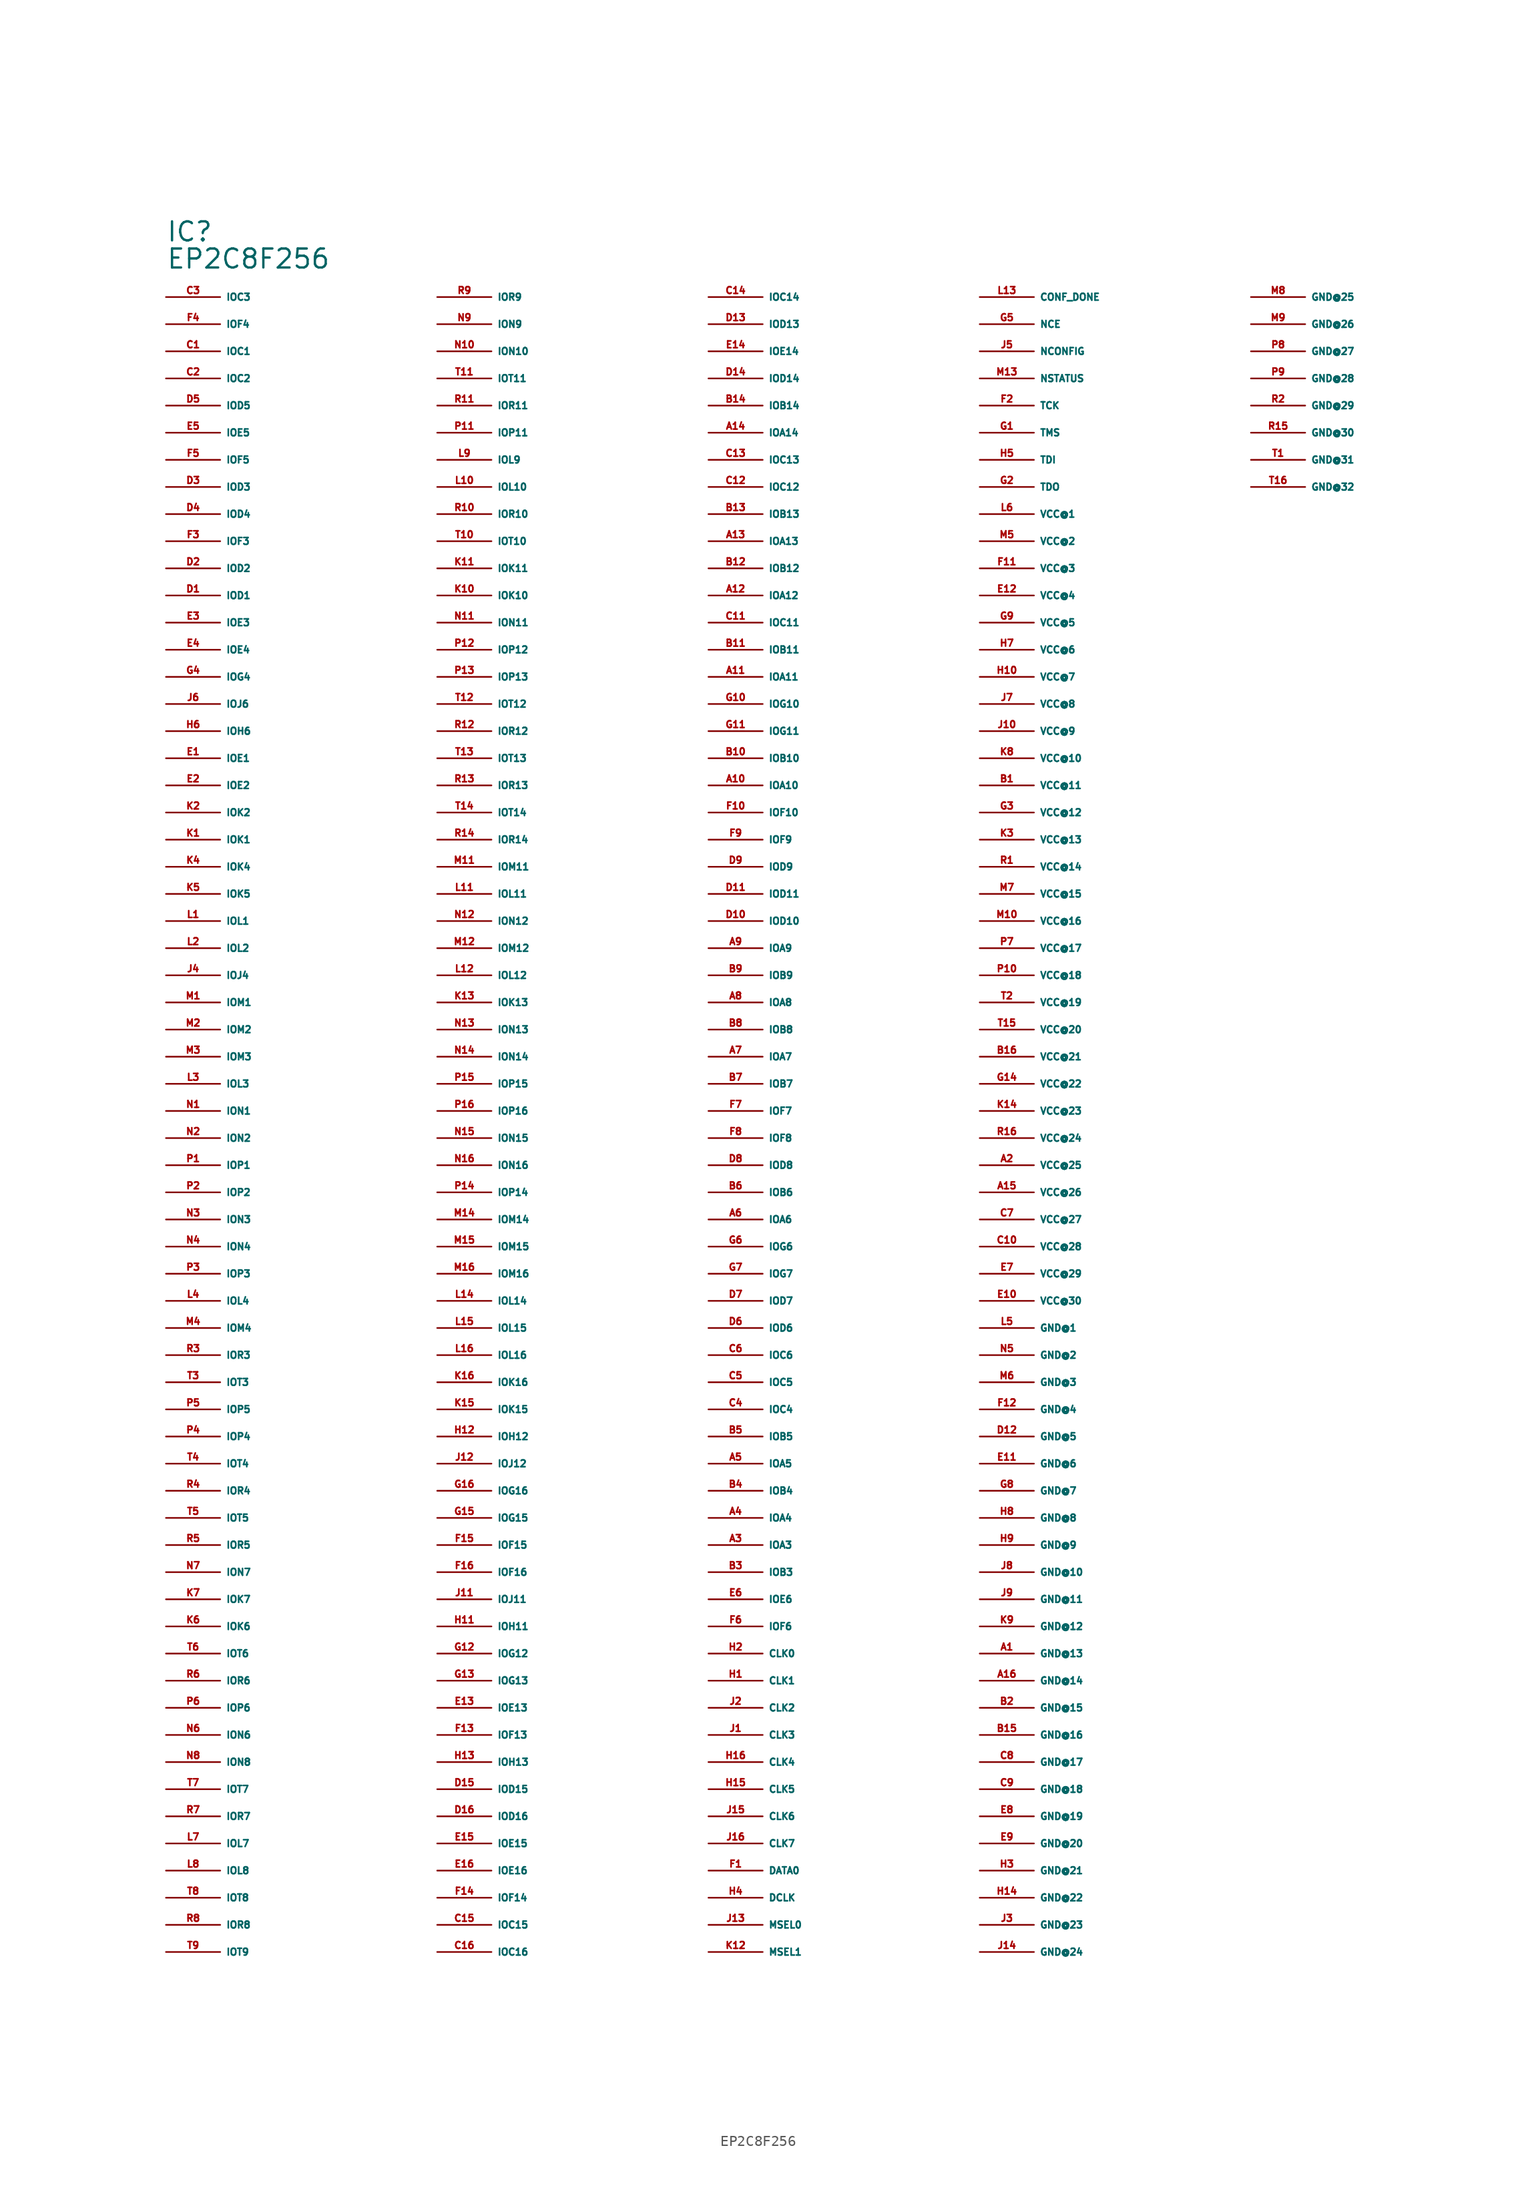
<source format=kicad_sym>
(kicad_symbol_lib
  (version 20220914)
  (generator Eagle2Kicad)
  (symbol "EP2C8F256"
    (property "Reference" "IC"
      (at -55.88 86.36 0)
      (effects (font (size 1.778 1.778) (thickness 0.22)) (justify left bottom)))
    (property "Value" "EP2C8F256"
      (at -55.88 83.82 0)
      (effects (font (size 1.778 1.778) (thickness 0.22)) (justify left bottom)))
    (pin output line
      (at -55.88 81.28 0)
      (length 5.08)
      (name "IOC3" (effects (font (size 0.635 0.635) (thickness 0.08)) (justify left bottom)))
      (number "C3" (effects (font (size 0.635 0.635) (thickness 0.08)) (justify left bottom))))
    (pin output line
      (at -55.88 78.74 0)
      (length 5.08)
      (name "IOF4" (effects (font (size 0.635 0.635) (thickness 0.08)) (justify left bottom)))
      (number "F4" (effects (font (size 0.635 0.635) (thickness 0.08)) (justify left bottom))))
    (pin bidirectional line
      (at -55.88 76.2 0)
      (length 5.08)
      (name "IOC1" (effects (font (size 0.635 0.635) (thickness 0.08)) (justify left bottom)))
      (number "C1" (effects (font (size 0.635 0.635) (thickness 0.08)) (justify left bottom))))
    (pin bidirectional line
      (at -55.88 73.66 0)
      (length 5.08)
      (name "IOC2" (effects (font (size 0.635 0.635) (thickness 0.08)) (justify left bottom)))
      (number "C2" (effects (font (size 0.635 0.635) (thickness 0.08)) (justify left bottom))))
    (pin bidirectional line
      (at -55.88 71.12 0)
      (length 5.08)
      (name "IOD5" (effects (font (size 0.635 0.635) (thickness 0.08)) (justify left bottom)))
      (number "D5" (effects (font (size 0.635 0.635) (thickness 0.08)) (justify left bottom))))
    (pin bidirectional line
      (at -55.88 68.58 0)
      (length 5.08)
      (name "IOE5" (effects (font (size 0.635 0.635) (thickness 0.08)) (justify left bottom)))
      (number "E5" (effects (font (size 0.635 0.635) (thickness 0.08)) (justify left bottom))))
    (pin bidirectional line
      (at -55.88 66.04 0)
      (length 5.08)
      (name "IOF5" (effects (font (size 0.635 0.635) (thickness 0.08)) (justify left bottom)))
      (number "F5" (effects (font (size 0.635 0.635) (thickness 0.08)) (justify left bottom))))
    (pin bidirectional line
      (at -55.88 63.5 0)
      (length 5.08)
      (name "IOD3" (effects (font (size 0.635 0.635) (thickness 0.08)) (justify left bottom)))
      (number "D3" (effects (font (size 0.635 0.635) (thickness 0.08)) (justify left bottom))))
    (pin bidirectional line
      (at -55.88 60.96 0)
      (length 5.08)
      (name "IOD4" (effects (font (size 0.635 0.635) (thickness 0.08)) (justify left bottom)))
      (number "D4" (effects (font (size 0.635 0.635) (thickness 0.08)) (justify left bottom))))
    (pin bidirectional line
      (at -55.88 58.42 0)
      (length 5.08)
      (name "IOF3" (effects (font (size 0.635 0.635) (thickness 0.08)) (justify left bottom)))
      (number "F3" (effects (font (size 0.635 0.635) (thickness 0.08)) (justify left bottom))))
    (pin bidirectional line
      (at -55.88 55.88 0)
      (length 5.08)
      (name "IOD2" (effects (font (size 0.635 0.635) (thickness 0.08)) (justify left bottom)))
      (number "D2" (effects (font (size 0.635 0.635) (thickness 0.08)) (justify left bottom))))
    (pin bidirectional line
      (at -55.88 53.34 0)
      (length 5.08)
      (name "IOD1" (effects (font (size 0.635 0.635) (thickness 0.08)) (justify left bottom)))
      (number "D1" (effects (font (size 0.635 0.635) (thickness 0.08)) (justify left bottom))))
    (pin bidirectional line
      (at -55.88 50.8 0)
      (length 5.08)
      (name "IOE3" (effects (font (size 0.635 0.635) (thickness 0.08)) (justify left bottom)))
      (number "E3" (effects (font (size 0.635 0.635) (thickness 0.08)) (justify left bottom))))
    (pin bidirectional line
      (at -55.88 48.26 0)
      (length 5.08)
      (name "IOE4" (effects (font (size 0.635 0.635) (thickness 0.08)) (justify left bottom)))
      (number "E4" (effects (font (size 0.635 0.635) (thickness 0.08)) (justify left bottom))))
    (pin bidirectional line
      (at -55.88 45.72 0)
      (length 5.08)
      (name "IOG4" (effects (font (size 0.635 0.635) (thickness 0.08)) (justify left bottom)))
      (number "G4" (effects (font (size 0.635 0.635) (thickness 0.08)) (justify left bottom))))
    (pin bidirectional line
      (at -55.88 43.18 0)
      (length 5.08)
      (name "IOJ6" (effects (font (size 0.635 0.635) (thickness 0.08)) (justify left bottom)))
      (number "J6" (effects (font (size 0.635 0.635) (thickness 0.08)) (justify left bottom))))
    (pin bidirectional line
      (at -55.88 40.64 0)
      (length 5.08)
      (name "IOH6" (effects (font (size 0.635 0.635) (thickness 0.08)) (justify left bottom)))
      (number "H6" (effects (font (size 0.635 0.635) (thickness 0.08)) (justify left bottom))))
    (pin bidirectional line
      (at -55.88 38.1 0)
      (length 5.08)
      (name "IOE1" (effects (font (size 0.635 0.635) (thickness 0.08)) (justify left bottom)))
      (number "E1" (effects (font (size 0.635 0.635) (thickness 0.08)) (justify left bottom))))
    (pin bidirectional line
      (at -55.88 35.56 0)
      (length 5.08)
      (name "IOE2" (effects (font (size 0.635 0.635) (thickness 0.08)) (justify left bottom)))
      (number "E2" (effects (font (size 0.635 0.635) (thickness 0.08)) (justify left bottom))))
    (pin bidirectional line
      (at -55.88 33.02 0)
      (length 5.08)
      (name "IOK2" (effects (font (size 0.635 0.635) (thickness 0.08)) (justify left bottom)))
      (number "K2" (effects (font (size 0.635 0.635) (thickness 0.08)) (justify left bottom))))
    (pin bidirectional line
      (at -55.88 30.48 0)
      (length 5.08)
      (name "IOK1" (effects (font (size 0.635 0.635) (thickness 0.08)) (justify left bottom)))
      (number "K1" (effects (font (size 0.635 0.635) (thickness 0.08)) (justify left bottom))))
    (pin bidirectional line
      (at -55.88 27.94 0)
      (length 5.08)
      (name "IOK4" (effects (font (size 0.635 0.635) (thickness 0.08)) (justify left bottom)))
      (number "K4" (effects (font (size 0.635 0.635) (thickness 0.08)) (justify left bottom))))
    (pin bidirectional line
      (at -55.88 25.4 0)
      (length 5.08)
      (name "IOK5" (effects (font (size 0.635 0.635) (thickness 0.08)) (justify left bottom)))
      (number "K5" (effects (font (size 0.635 0.635) (thickness 0.08)) (justify left bottom))))
    (pin bidirectional line
      (at -55.88 22.86 0)
      (length 5.08)
      (name "IOL1" (effects (font (size 0.635 0.635) (thickness 0.08)) (justify left bottom)))
      (number "L1" (effects (font (size 0.635 0.635) (thickness 0.08)) (justify left bottom))))
    (pin bidirectional line
      (at -55.88 20.32 0)
      (length 5.08)
      (name "IOL2" (effects (font (size 0.635 0.635) (thickness 0.08)) (justify left bottom)))
      (number "L2" (effects (font (size 0.635 0.635) (thickness 0.08)) (justify left bottom))))
    (pin bidirectional line
      (at -55.88 17.78 0)
      (length 5.08)
      (name "IOJ4" (effects (font (size 0.635 0.635) (thickness 0.08)) (justify left bottom)))
      (number "J4" (effects (font (size 0.635 0.635) (thickness 0.08)) (justify left bottom))))
    (pin bidirectional line
      (at -55.88 15.24 0)
      (length 5.08)
      (name "IOM1" (effects (font (size 0.635 0.635) (thickness 0.08)) (justify left bottom)))
      (number "M1" (effects (font (size 0.635 0.635) (thickness 0.08)) (justify left bottom))))
    (pin bidirectional line
      (at -55.88 12.7 0)
      (length 5.08)
      (name "IOM2" (effects (font (size 0.635 0.635) (thickness 0.08)) (justify left bottom)))
      (number "M2" (effects (font (size 0.635 0.635) (thickness 0.08)) (justify left bottom))))
    (pin bidirectional line
      (at -55.88 10.16 0)
      (length 5.08)
      (name "IOM3" (effects (font (size 0.635 0.635) (thickness 0.08)) (justify left bottom)))
      (number "M3" (effects (font (size 0.635 0.635) (thickness 0.08)) (justify left bottom))))
    (pin bidirectional line
      (at -55.88 7.62 0)
      (length 5.08)
      (name "IOL3" (effects (font (size 0.635 0.635) (thickness 0.08)) (justify left bottom)))
      (number "L3" (effects (font (size 0.635 0.635) (thickness 0.08)) (justify left bottom))))
    (pin bidirectional line
      (at -55.88 5.08 0)
      (length 5.08)
      (name "ION1" (effects (font (size 0.635 0.635) (thickness 0.08)) (justify left bottom)))
      (number "N1" (effects (font (size 0.635 0.635) (thickness 0.08)) (justify left bottom))))
    (pin bidirectional line
      (at -55.88 2.54 0)
      (length 5.08)
      (name "ION2" (effects (font (size 0.635 0.635) (thickness 0.08)) (justify left bottom)))
      (number "N2" (effects (font (size 0.635 0.635) (thickness 0.08)) (justify left bottom))))
    (pin bidirectional line
      (at -55.88 0 0)
      (length 5.08)
      (name "IOP1" (effects (font (size 0.635 0.635) (thickness 0.08)) (justify left bottom)))
      (number "P1" (effects (font (size 0.635 0.635) (thickness 0.08)) (justify left bottom))))
    (pin bidirectional line
      (at -55.88 -2.54 0)
      (length 5.08)
      (name "IOP2" (effects (font (size 0.635 0.635) (thickness 0.08)) (justify left bottom)))
      (number "P2" (effects (font (size 0.635 0.635) (thickness 0.08)) (justify left bottom))))
    (pin bidirectional line
      (at -55.88 -5.08 0)
      (length 5.08)
      (name "ION3" (effects (font (size 0.635 0.635) (thickness 0.08)) (justify left bottom)))
      (number "N3" (effects (font (size 0.635 0.635) (thickness 0.08)) (justify left bottom))))
    (pin bidirectional line
      (at -55.88 -7.62 0)
      (length 5.08)
      (name "ION4" (effects (font (size 0.635 0.635) (thickness 0.08)) (justify left bottom)))
      (number "N4" (effects (font (size 0.635 0.635) (thickness 0.08)) (justify left bottom))))
    (pin bidirectional line
      (at -55.88 -10.16 0)
      (length 5.08)
      (name "IOP3" (effects (font (size 0.635 0.635) (thickness 0.08)) (justify left bottom)))
      (number "P3" (effects (font (size 0.635 0.635) (thickness 0.08)) (justify left bottom))))
    (pin bidirectional line
      (at -55.88 -12.7 0)
      (length 5.08)
      (name "IOL4" (effects (font (size 0.635 0.635) (thickness 0.08)) (justify left bottom)))
      (number "L4" (effects (font (size 0.635 0.635) (thickness 0.08)) (justify left bottom))))
    (pin bidirectional line
      (at -55.88 -15.24 0)
      (length 5.08)
      (name "IOM4" (effects (font (size 0.635 0.635) (thickness 0.08)) (justify left bottom)))
      (number "M4" (effects (font (size 0.635 0.635) (thickness 0.08)) (justify left bottom))))
    (pin bidirectional line
      (at -55.88 -17.78 0)
      (length 5.08)
      (name "IOR3" (effects (font (size 0.635 0.635) (thickness 0.08)) (justify left bottom)))
      (number "R3" (effects (font (size 0.635 0.635) (thickness 0.08)) (justify left bottom))))
    (pin bidirectional line
      (at -55.88 -20.32 0)
      (length 5.08)
      (name "IOT3" (effects (font (size 0.635 0.635) (thickness 0.08)) (justify left bottom)))
      (number "T3" (effects (font (size 0.635 0.635) (thickness 0.08)) (justify left bottom))))
    (pin bidirectional line
      (at -55.88 -22.86 0)
      (length 5.08)
      (name "IOP5" (effects (font (size 0.635 0.635) (thickness 0.08)) (justify left bottom)))
      (number "P5" (effects (font (size 0.635 0.635) (thickness 0.08)) (justify left bottom))))
    (pin bidirectional line
      (at -55.88 -25.4 0)
      (length 5.08)
      (name "IOP4" (effects (font (size 0.635 0.635) (thickness 0.08)) (justify left bottom)))
      (number "P4" (effects (font (size 0.635 0.635) (thickness 0.08)) (justify left bottom))))
    (pin bidirectional line
      (at -55.88 -27.94 0)
      (length 5.08)
      (name "IOT4" (effects (font (size 0.635 0.635) (thickness 0.08)) (justify left bottom)))
      (number "T4" (effects (font (size 0.635 0.635) (thickness 0.08)) (justify left bottom))))
    (pin bidirectional line
      (at -55.88 -30.48 0)
      (length 5.08)
      (name "IOR4" (effects (font (size 0.635 0.635) (thickness 0.08)) (justify left bottom)))
      (number "R4" (effects (font (size 0.635 0.635) (thickness 0.08)) (justify left bottom))))
    (pin bidirectional line
      (at -55.88 -33.02 0)
      (length 5.08)
      (name "IOT5" (effects (font (size 0.635 0.635) (thickness 0.08)) (justify left bottom)))
      (number "T5" (effects (font (size 0.635 0.635) (thickness 0.08)) (justify left bottom))))
    (pin bidirectional line
      (at -55.88 -35.56 0)
      (length 5.08)
      (name "IOR5" (effects (font (size 0.635 0.635) (thickness 0.08)) (justify left bottom)))
      (number "R5" (effects (font (size 0.635 0.635) (thickness 0.08)) (justify left bottom))))
    (pin bidirectional line
      (at -55.88 -38.1 0)
      (length 5.08)
      (name "ION7" (effects (font (size 0.635 0.635) (thickness 0.08)) (justify left bottom)))
      (number "N7" (effects (font (size 0.635 0.635) (thickness 0.08)) (justify left bottom))))
    (pin bidirectional line
      (at -55.88 -40.64 0)
      (length 5.08)
      (name "IOK7" (effects (font (size 0.635 0.635) (thickness 0.08)) (justify left bottom)))
      (number "K7" (effects (font (size 0.635 0.635) (thickness 0.08)) (justify left bottom))))
    (pin bidirectional line
      (at -55.88 -43.18 0)
      (length 5.08)
      (name "IOK6" (effects (font (size 0.635 0.635) (thickness 0.08)) (justify left bottom)))
      (number "K6" (effects (font (size 0.635 0.635) (thickness 0.08)) (justify left bottom))))
    (pin bidirectional line
      (at -55.88 -45.72 0)
      (length 5.08)
      (name "IOT6" (effects (font (size 0.635 0.635) (thickness 0.08)) (justify left bottom)))
      (number "T6" (effects (font (size 0.635 0.635) (thickness 0.08)) (justify left bottom))))
    (pin bidirectional line
      (at -55.88 -48.26 0)
      (length 5.08)
      (name "IOR6" (effects (font (size 0.635 0.635) (thickness 0.08)) (justify left bottom)))
      (number "R6" (effects (font (size 0.635 0.635) (thickness 0.08)) (justify left bottom))))
    (pin bidirectional line
      (at -55.88 -50.8 0)
      (length 5.08)
      (name "IOP6" (effects (font (size 0.635 0.635) (thickness 0.08)) (justify left bottom)))
      (number "P6" (effects (font (size 0.635 0.635) (thickness 0.08)) (justify left bottom))))
    (pin bidirectional line
      (at -55.88 -53.34 0)
      (length 5.08)
      (name "ION6" (effects (font (size 0.635 0.635) (thickness 0.08)) (justify left bottom)))
      (number "N6" (effects (font (size 0.635 0.635) (thickness 0.08)) (justify left bottom))))
    (pin bidirectional line
      (at -55.88 -55.88 0)
      (length 5.08)
      (name "ION8" (effects (font (size 0.635 0.635) (thickness 0.08)) (justify left bottom)))
      (number "N8" (effects (font (size 0.635 0.635) (thickness 0.08)) (justify left bottom))))
    (pin bidirectional line
      (at -55.88 -58.42 0)
      (length 5.08)
      (name "IOT7" (effects (font (size 0.635 0.635) (thickness 0.08)) (justify left bottom)))
      (number "T7" (effects (font (size 0.635 0.635) (thickness 0.08)) (justify left bottom))))
    (pin bidirectional line
      (at -55.88 -60.96 0)
      (length 5.08)
      (name "IOR7" (effects (font (size 0.635 0.635) (thickness 0.08)) (justify left bottom)))
      (number "R7" (effects (font (size 0.635 0.635) (thickness 0.08)) (justify left bottom))))
    (pin bidirectional line
      (at -55.88 -63.5 0)
      (length 5.08)
      (name "IOL7" (effects (font (size 0.635 0.635) (thickness 0.08)) (justify left bottom)))
      (number "L7" (effects (font (size 0.635 0.635) (thickness 0.08)) (justify left bottom))))
    (pin bidirectional line
      (at -55.88 -66.04 0)
      (length 5.08)
      (name "IOL8" (effects (font (size 0.635 0.635) (thickness 0.08)) (justify left bottom)))
      (number "L8" (effects (font (size 0.635 0.635) (thickness 0.08)) (justify left bottom))))
    (pin bidirectional line
      (at -55.88 -68.58 0)
      (length 5.08)
      (name "IOT8" (effects (font (size 0.635 0.635) (thickness 0.08)) (justify left bottom)))
      (number "T8" (effects (font (size 0.635 0.635) (thickness 0.08)) (justify left bottom))))
    (pin bidirectional line
      (at -55.88 -71.12 0)
      (length 5.08)
      (name "IOR8" (effects (font (size 0.635 0.635) (thickness 0.08)) (justify left bottom)))
      (number "R8" (effects (font (size 0.635 0.635) (thickness 0.08)) (justify left bottom))))
    (pin bidirectional line
      (at -55.88 -73.66 0)
      (length 5.08)
      (name "IOT9" (effects (font (size 0.635 0.635) (thickness 0.08)) (justify left bottom)))
      (number "T9" (effects (font (size 0.635 0.635) (thickness 0.08)) (justify left bottom))))
    (pin bidirectional line
      (at -30.48 81.28 0)
      (length 5.08)
      (name "IOR9" (effects (font (size 0.635 0.635) (thickness 0.08)) (justify left bottom)))
      (number "R9" (effects (font (size 0.635 0.635) (thickness 0.08)) (justify left bottom))))
    (pin bidirectional line
      (at -30.48 78.74 0)
      (length 5.08)
      (name "ION9" (effects (font (size 0.635 0.635) (thickness 0.08)) (justify left bottom)))
      (number "N9" (effects (font (size 0.635 0.635) (thickness 0.08)) (justify left bottom))))
    (pin bidirectional line
      (at -30.48 76.2 0)
      (length 5.08)
      (name "ION10" (effects (font (size 0.635 0.635) (thickness 0.08)) (justify left bottom)))
      (number "N10" (effects (font (size 0.635 0.635) (thickness 0.08)) (justify left bottom))))
    (pin bidirectional line
      (at -30.48 73.66 0)
      (length 5.08)
      (name "IOT11" (effects (font (size 0.635 0.635) (thickness 0.08)) (justify left bottom)))
      (number "T11" (effects (font (size 0.635 0.635) (thickness 0.08)) (justify left bottom))))
    (pin bidirectional line
      (at -30.48 71.12 0)
      (length 5.08)
      (name "IOR11" (effects (font (size 0.635 0.635) (thickness 0.08)) (justify left bottom)))
      (number "R11" (effects (font (size 0.635 0.635) (thickness 0.08)) (justify left bottom))))
    (pin bidirectional line
      (at -30.48 68.58 0)
      (length 5.08)
      (name "IOP11" (effects (font (size 0.635 0.635) (thickness 0.08)) (justify left bottom)))
      (number "P11" (effects (font (size 0.635 0.635) (thickness 0.08)) (justify left bottom))))
    (pin bidirectional line
      (at -30.48 66.04 0)
      (length 5.08)
      (name "IOL9" (effects (font (size 0.635 0.635) (thickness 0.08)) (justify left bottom)))
      (number "L9" (effects (font (size 0.635 0.635) (thickness 0.08)) (justify left bottom))))
    (pin bidirectional line
      (at -30.48 63.5 0)
      (length 5.08)
      (name "IOL10" (effects (font (size 0.635 0.635) (thickness 0.08)) (justify left bottom)))
      (number "L10" (effects (font (size 0.635 0.635) (thickness 0.08)) (justify left bottom))))
    (pin bidirectional line
      (at -30.48 60.96 0)
      (length 5.08)
      (name "IOR10" (effects (font (size 0.635 0.635) (thickness 0.08)) (justify left bottom)))
      (number "R10" (effects (font (size 0.635 0.635) (thickness 0.08)) (justify left bottom))))
    (pin bidirectional line
      (at -30.48 58.42 0)
      (length 5.08)
      (name "IOT10" (effects (font (size 0.635 0.635) (thickness 0.08)) (justify left bottom)))
      (number "T10" (effects (font (size 0.635 0.635) (thickness 0.08)) (justify left bottom))))
    (pin bidirectional line
      (at -30.48 55.88 0)
      (length 5.08)
      (name "IOK11" (effects (font (size 0.635 0.635) (thickness 0.08)) (justify left bottom)))
      (number "K11" (effects (font (size 0.635 0.635) (thickness 0.08)) (justify left bottom))))
    (pin bidirectional line
      (at -30.48 53.34 0)
      (length 5.08)
      (name "IOK10" (effects (font (size 0.635 0.635) (thickness 0.08)) (justify left bottom)))
      (number "K10" (effects (font (size 0.635 0.635) (thickness 0.08)) (justify left bottom))))
    (pin bidirectional line
      (at -30.48 50.8 0)
      (length 5.08)
      (name "ION11" (effects (font (size 0.635 0.635) (thickness 0.08)) (justify left bottom)))
      (number "N11" (effects (font (size 0.635 0.635) (thickness 0.08)) (justify left bottom))))
    (pin bidirectional line
      (at -30.48 48.26 0)
      (length 5.08)
      (name "IOP12" (effects (font (size 0.635 0.635) (thickness 0.08)) (justify left bottom)))
      (number "P12" (effects (font (size 0.635 0.635) (thickness 0.08)) (justify left bottom))))
    (pin bidirectional line
      (at -30.48 45.72 0)
      (length 5.08)
      (name "IOP13" (effects (font (size 0.635 0.635) (thickness 0.08)) (justify left bottom)))
      (number "P13" (effects (font (size 0.635 0.635) (thickness 0.08)) (justify left bottom))))
    (pin bidirectional line
      (at -30.48 43.18 0)
      (length 5.08)
      (name "IOT12" (effects (font (size 0.635 0.635) (thickness 0.08)) (justify left bottom)))
      (number "T12" (effects (font (size 0.635 0.635) (thickness 0.08)) (justify left bottom))))
    (pin bidirectional line
      (at -30.48 40.64 0)
      (length 5.08)
      (name "IOR12" (effects (font (size 0.635 0.635) (thickness 0.08)) (justify left bottom)))
      (number "R12" (effects (font (size 0.635 0.635) (thickness 0.08)) (justify left bottom))))
    (pin bidirectional line
      (at -30.48 38.1 0)
      (length 5.08)
      (name "IOT13" (effects (font (size 0.635 0.635) (thickness 0.08)) (justify left bottom)))
      (number "T13" (effects (font (size 0.635 0.635) (thickness 0.08)) (justify left bottom))))
    (pin bidirectional line
      (at -30.48 35.56 0)
      (length 5.08)
      (name "IOR13" (effects (font (size 0.635 0.635) (thickness 0.08)) (justify left bottom)))
      (number "R13" (effects (font (size 0.635 0.635) (thickness 0.08)) (justify left bottom))))
    (pin bidirectional line
      (at -30.48 33.02 0)
      (length 5.08)
      (name "IOT14" (effects (font (size 0.635 0.635) (thickness 0.08)) (justify left bottom)))
      (number "T14" (effects (font (size 0.635 0.635) (thickness 0.08)) (justify left bottom))))
    (pin bidirectional line
      (at -30.48 30.48 0)
      (length 5.08)
      (name "IOR14" (effects (font (size 0.635 0.635) (thickness 0.08)) (justify left bottom)))
      (number "R14" (effects (font (size 0.635 0.635) (thickness 0.08)) (justify left bottom))))
    (pin bidirectional line
      (at -30.48 27.94 0)
      (length 5.08)
      (name "IOM11" (effects (font (size 0.635 0.635) (thickness 0.08)) (justify left bottom)))
      (number "M11" (effects (font (size 0.635 0.635) (thickness 0.08)) (justify left bottom))))
    (pin bidirectional line
      (at -30.48 25.4 0)
      (length 5.08)
      (name "IOL11" (effects (font (size 0.635 0.635) (thickness 0.08)) (justify left bottom)))
      (number "L11" (effects (font (size 0.635 0.635) (thickness 0.08)) (justify left bottom))))
    (pin bidirectional line
      (at -30.48 22.86 0)
      (length 5.08)
      (name "ION12" (effects (font (size 0.635 0.635) (thickness 0.08)) (justify left bottom)))
      (number "N12" (effects (font (size 0.635 0.635) (thickness 0.08)) (justify left bottom))))
    (pin bidirectional line
      (at -30.48 20.32 0)
      (length 5.08)
      (name "IOM12" (effects (font (size 0.635 0.635) (thickness 0.08)) (justify left bottom)))
      (number "M12" (effects (font (size 0.635 0.635) (thickness 0.08)) (justify left bottom))))
    (pin bidirectional line
      (at -30.48 17.78 0)
      (length 5.08)
      (name "IOL12" (effects (font (size 0.635 0.635) (thickness 0.08)) (justify left bottom)))
      (number "L12" (effects (font (size 0.635 0.635) (thickness 0.08)) (justify left bottom))))
    (pin bidirectional line
      (at -30.48 15.24 0)
      (length 5.08)
      (name "IOK13" (effects (font (size 0.635 0.635) (thickness 0.08)) (justify left bottom)))
      (number "K13" (effects (font (size 0.635 0.635) (thickness 0.08)) (justify left bottom))))
    (pin bidirectional line
      (at -30.48 12.7 0)
      (length 5.08)
      (name "ION13" (effects (font (size 0.635 0.635) (thickness 0.08)) (justify left bottom)))
      (number "N13" (effects (font (size 0.635 0.635) (thickness 0.08)) (justify left bottom))))
    (pin bidirectional line
      (at -30.48 10.16 0)
      (length 5.08)
      (name "ION14" (effects (font (size 0.635 0.635) (thickness 0.08)) (justify left bottom)))
      (number "N14" (effects (font (size 0.635 0.635) (thickness 0.08)) (justify left bottom))))
    (pin bidirectional line
      (at -30.48 7.62 0)
      (length 5.08)
      (name "IOP15" (effects (font (size 0.635 0.635) (thickness 0.08)) (justify left bottom)))
      (number "P15" (effects (font (size 0.635 0.635) (thickness 0.08)) (justify left bottom))))
    (pin bidirectional line
      (at -30.48 5.08 0)
      (length 5.08)
      (name "IOP16" (effects (font (size 0.635 0.635) (thickness 0.08)) (justify left bottom)))
      (number "P16" (effects (font (size 0.635 0.635) (thickness 0.08)) (justify left bottom))))
    (pin bidirectional line
      (at -30.48 2.54 0)
      (length 5.08)
      (name "ION15" (effects (font (size 0.635 0.635) (thickness 0.08)) (justify left bottom)))
      (number "N15" (effects (font (size 0.635 0.635) (thickness 0.08)) (justify left bottom))))
    (pin bidirectional line
      (at -30.48 0 0)
      (length 5.08)
      (name "ION16" (effects (font (size 0.635 0.635) (thickness 0.08)) (justify left bottom)))
      (number "N16" (effects (font (size 0.635 0.635) (thickness 0.08)) (justify left bottom))))
    (pin bidirectional line
      (at -30.48 -2.54 0)
      (length 5.08)
      (name "IOP14" (effects (font (size 0.635 0.635) (thickness 0.08)) (justify left bottom)))
      (number "P14" (effects (font (size 0.635 0.635) (thickness 0.08)) (justify left bottom))))
    (pin bidirectional line
      (at -30.48 -5.08 0)
      (length 5.08)
      (name "IOM14" (effects (font (size 0.635 0.635) (thickness 0.08)) (justify left bottom)))
      (number "M14" (effects (font (size 0.635 0.635) (thickness 0.08)) (justify left bottom))))
    (pin bidirectional line
      (at -30.48 -7.62 0)
      (length 5.08)
      (name "IOM15" (effects (font (size 0.635 0.635) (thickness 0.08)) (justify left bottom)))
      (number "M15" (effects (font (size 0.635 0.635) (thickness 0.08)) (justify left bottom))))
    (pin bidirectional line
      (at -30.48 -10.16 0)
      (length 5.08)
      (name "IOM16" (effects (font (size 0.635 0.635) (thickness 0.08)) (justify left bottom)))
      (number "M16" (effects (font (size 0.635 0.635) (thickness 0.08)) (justify left bottom))))
    (pin bidirectional line
      (at -30.48 -12.7 0)
      (length 5.08)
      (name "IOL14" (effects (font (size 0.635 0.635) (thickness 0.08)) (justify left bottom)))
      (number "L14" (effects (font (size 0.635 0.635) (thickness 0.08)) (justify left bottom))))
    (pin bidirectional line
      (at -30.48 -15.24 0)
      (length 5.08)
      (name "IOL15" (effects (font (size 0.635 0.635) (thickness 0.08)) (justify left bottom)))
      (number "L15" (effects (font (size 0.635 0.635) (thickness 0.08)) (justify left bottom))))
    (pin bidirectional line
      (at -30.48 -17.78 0)
      (length 5.08)
      (name "IOL16" (effects (font (size 0.635 0.635) (thickness 0.08)) (justify left bottom)))
      (number "L16" (effects (font (size 0.635 0.635) (thickness 0.08)) (justify left bottom))))
    (pin bidirectional line
      (at -30.48 -20.32 0)
      (length 5.08)
      (name "IOK16" (effects (font (size 0.635 0.635) (thickness 0.08)) (justify left bottom)))
      (number "K16" (effects (font (size 0.635 0.635) (thickness 0.08)) (justify left bottom))))
    (pin bidirectional line
      (at -30.48 -22.86 0)
      (length 5.08)
      (name "IOK15" (effects (font (size 0.635 0.635) (thickness 0.08)) (justify left bottom)))
      (number "K15" (effects (font (size 0.635 0.635) (thickness 0.08)) (justify left bottom))))
    (pin bidirectional line
      (at -30.48 -25.4 0)
      (length 5.08)
      (name "IOH12" (effects (font (size 0.635 0.635) (thickness 0.08)) (justify left bottom)))
      (number "H12" (effects (font (size 0.635 0.635) (thickness 0.08)) (justify left bottom))))
    (pin bidirectional line
      (at -30.48 -27.94 0)
      (length 5.08)
      (name "IOJ12" (effects (font (size 0.635 0.635) (thickness 0.08)) (justify left bottom)))
      (number "J12" (effects (font (size 0.635 0.635) (thickness 0.08)) (justify left bottom))))
    (pin bidirectional line
      (at -30.48 -30.48 0)
      (length 5.08)
      (name "IOG16" (effects (font (size 0.635 0.635) (thickness 0.08)) (justify left bottom)))
      (number "G16" (effects (font (size 0.635 0.635) (thickness 0.08)) (justify left bottom))))
    (pin bidirectional line
      (at -30.48 -33.02 0)
      (length 5.08)
      (name "IOG15" (effects (font (size 0.635 0.635) (thickness 0.08)) (justify left bottom)))
      (number "G15" (effects (font (size 0.635 0.635) (thickness 0.08)) (justify left bottom))))
    (pin bidirectional line
      (at -30.48 -35.56 0)
      (length 5.08)
      (name "IOF15" (effects (font (size 0.635 0.635) (thickness 0.08)) (justify left bottom)))
      (number "F15" (effects (font (size 0.635 0.635) (thickness 0.08)) (justify left bottom))))
    (pin bidirectional line
      (at -30.48 -38.1 0)
      (length 5.08)
      (name "IOF16" (effects (font (size 0.635 0.635) (thickness 0.08)) (justify left bottom)))
      (number "F16" (effects (font (size 0.635 0.635) (thickness 0.08)) (justify left bottom))))
    (pin bidirectional line
      (at -30.48 -40.64 0)
      (length 5.08)
      (name "IOJ11" (effects (font (size 0.635 0.635) (thickness 0.08)) (justify left bottom)))
      (number "J11" (effects (font (size 0.635 0.635) (thickness 0.08)) (justify left bottom))))
    (pin bidirectional line
      (at -30.48 -43.18 0)
      (length 5.08)
      (name "IOH11" (effects (font (size 0.635 0.635) (thickness 0.08)) (justify left bottom)))
      (number "H11" (effects (font (size 0.635 0.635) (thickness 0.08)) (justify left bottom))))
    (pin bidirectional line
      (at -30.48 -45.72 0)
      (length 5.08)
      (name "IOG12" (effects (font (size 0.635 0.635) (thickness 0.08)) (justify left bottom)))
      (number "G12" (effects (font (size 0.635 0.635) (thickness 0.08)) (justify left bottom))))
    (pin bidirectional line
      (at -30.48 -48.26 0)
      (length 5.08)
      (name "IOG13" (effects (font (size 0.635 0.635) (thickness 0.08)) (justify left bottom)))
      (number "G13" (effects (font (size 0.635 0.635) (thickness 0.08)) (justify left bottom))))
    (pin bidirectional line
      (at -30.48 -50.8 0)
      (length 5.08)
      (name "IOE13" (effects (font (size 0.635 0.635) (thickness 0.08)) (justify left bottom)))
      (number "E13" (effects (font (size 0.635 0.635) (thickness 0.08)) (justify left bottom))))
    (pin bidirectional line
      (at -30.48 -53.34 0)
      (length 5.08)
      (name "IOF13" (effects (font (size 0.635 0.635) (thickness 0.08)) (justify left bottom)))
      (number "F13" (effects (font (size 0.635 0.635) (thickness 0.08)) (justify left bottom))))
    (pin bidirectional line
      (at -30.48 -55.88 0)
      (length 5.08)
      (name "IOH13" (effects (font (size 0.635 0.635) (thickness 0.08)) (justify left bottom)))
      (number "H13" (effects (font (size 0.635 0.635) (thickness 0.08)) (justify left bottom))))
    (pin bidirectional line
      (at -30.48 -58.42 0)
      (length 5.08)
      (name "IOD15" (effects (font (size 0.635 0.635) (thickness 0.08)) (justify left bottom)))
      (number "D15" (effects (font (size 0.635 0.635) (thickness 0.08)) (justify left bottom))))
    (pin bidirectional line
      (at -30.48 -60.96 0)
      (length 5.08)
      (name "IOD16" (effects (font (size 0.635 0.635) (thickness 0.08)) (justify left bottom)))
      (number "D16" (effects (font (size 0.635 0.635) (thickness 0.08)) (justify left bottom))))
    (pin bidirectional line
      (at -30.48 -63.5 0)
      (length 5.08)
      (name "IOE15" (effects (font (size 0.635 0.635) (thickness 0.08)) (justify left bottom)))
      (number "E15" (effects (font (size 0.635 0.635) (thickness 0.08)) (justify left bottom))))
    (pin bidirectional line
      (at -30.48 -66.04 0)
      (length 5.08)
      (name "IOE16" (effects (font (size 0.635 0.635) (thickness 0.08)) (justify left bottom)))
      (number "E16" (effects (font (size 0.635 0.635) (thickness 0.08)) (justify left bottom))))
    (pin bidirectional line
      (at -30.48 -68.58 0)
      (length 5.08)
      (name "IOF14" (effects (font (size 0.635 0.635) (thickness 0.08)) (justify left bottom)))
      (number "F14" (effects (font (size 0.635 0.635) (thickness 0.08)) (justify left bottom))))
    (pin bidirectional line
      (at -30.48 -71.12 0)
      (length 5.08)
      (name "IOC15" (effects (font (size 0.635 0.635) (thickness 0.08)) (justify left bottom)))
      (number "C15" (effects (font (size 0.635 0.635) (thickness 0.08)) (justify left bottom))))
    (pin bidirectional line
      (at -30.48 -73.66 0)
      (length 5.08)
      (name "IOC16" (effects (font (size 0.635 0.635) (thickness 0.08)) (justify left bottom)))
      (number "C16" (effects (font (size 0.635 0.635) (thickness 0.08)) (justify left bottom))))
    (pin bidirectional line
      (at -5.08 81.28 0)
      (length 5.08)
      (name "IOC14" (effects (font (size 0.635 0.635) (thickness 0.08)) (justify left bottom)))
      (number "C14" (effects (font (size 0.635 0.635) (thickness 0.08)) (justify left bottom))))
    (pin bidirectional line
      (at -5.08 78.74 0)
      (length 5.08)
      (name "IOD13" (effects (font (size 0.635 0.635) (thickness 0.08)) (justify left bottom)))
      (number "D13" (effects (font (size 0.635 0.635) (thickness 0.08)) (justify left bottom))))
    (pin bidirectional line
      (at -5.08 76.2 0)
      (length 5.08)
      (name "IOE14" (effects (font (size 0.635 0.635) (thickness 0.08)) (justify left bottom)))
      (number "E14" (effects (font (size 0.635 0.635) (thickness 0.08)) (justify left bottom))))
    (pin bidirectional line
      (at -5.08 73.66 0)
      (length 5.08)
      (name "IOD14" (effects (font (size 0.635 0.635) (thickness 0.08)) (justify left bottom)))
      (number "D14" (effects (font (size 0.635 0.635) (thickness 0.08)) (justify left bottom))))
    (pin bidirectional line
      (at -5.08 71.12 0)
      (length 5.08)
      (name "IOB14" (effects (font (size 0.635 0.635) (thickness 0.08)) (justify left bottom)))
      (number "B14" (effects (font (size 0.635 0.635) (thickness 0.08)) (justify left bottom))))
    (pin bidirectional line
      (at -5.08 68.58 0)
      (length 5.08)
      (name "IOA14" (effects (font (size 0.635 0.635) (thickness 0.08)) (justify left bottom)))
      (number "A14" (effects (font (size 0.635 0.635) (thickness 0.08)) (justify left bottom))))
    (pin bidirectional line
      (at -5.08 66.04 0)
      (length 5.08)
      (name "IOC13" (effects (font (size 0.635 0.635) (thickness 0.08)) (justify left bottom)))
      (number "C13" (effects (font (size 0.635 0.635) (thickness 0.08)) (justify left bottom))))
    (pin bidirectional line
      (at -5.08 63.5 0)
      (length 5.08)
      (name "IOC12" (effects (font (size 0.635 0.635) (thickness 0.08)) (justify left bottom)))
      (number "C12" (effects (font (size 0.635 0.635) (thickness 0.08)) (justify left bottom))))
    (pin bidirectional line
      (at -5.08 60.96 0)
      (length 5.08)
      (name "IOB13" (effects (font (size 0.635 0.635) (thickness 0.08)) (justify left bottom)))
      (number "B13" (effects (font (size 0.635 0.635) (thickness 0.08)) (justify left bottom))))
    (pin bidirectional line
      (at -5.08 58.42 0)
      (length 5.08)
      (name "IOA13" (effects (font (size 0.635 0.635) (thickness 0.08)) (justify left bottom)))
      (number "A13" (effects (font (size 0.635 0.635) (thickness 0.08)) (justify left bottom))))
    (pin bidirectional line
      (at -5.08 55.88 0)
      (length 5.08)
      (name "IOB12" (effects (font (size 0.635 0.635) (thickness 0.08)) (justify left bottom)))
      (number "B12" (effects (font (size 0.635 0.635) (thickness 0.08)) (justify left bottom))))
    (pin bidirectional line
      (at -5.08 53.34 0)
      (length 5.08)
      (name "IOA12" (effects (font (size 0.635 0.635) (thickness 0.08)) (justify left bottom)))
      (number "A12" (effects (font (size 0.635 0.635) (thickness 0.08)) (justify left bottom))))
    (pin bidirectional line
      (at -5.08 50.8 0)
      (length 5.08)
      (name "IOC11" (effects (font (size 0.635 0.635) (thickness 0.08)) (justify left bottom)))
      (number "C11" (effects (font (size 0.635 0.635) (thickness 0.08)) (justify left bottom))))
    (pin bidirectional line
      (at -5.08 48.26 0)
      (length 5.08)
      (name "IOB11" (effects (font (size 0.635 0.635) (thickness 0.08)) (justify left bottom)))
      (number "B11" (effects (font (size 0.635 0.635) (thickness 0.08)) (justify left bottom))))
    (pin bidirectional line
      (at -5.08 45.72 0)
      (length 5.08)
      (name "IOA11" (effects (font (size 0.635 0.635) (thickness 0.08)) (justify left bottom)))
      (number "A11" (effects (font (size 0.635 0.635) (thickness 0.08)) (justify left bottom))))
    (pin bidirectional line
      (at -5.08 43.18 0)
      (length 5.08)
      (name "IOG10" (effects (font (size 0.635 0.635) (thickness 0.08)) (justify left bottom)))
      (number "G10" (effects (font (size 0.635 0.635) (thickness 0.08)) (justify left bottom))))
    (pin bidirectional line
      (at -5.08 40.64 0)
      (length 5.08)
      (name "IOG11" (effects (font (size 0.635 0.635) (thickness 0.08)) (justify left bottom)))
      (number "G11" (effects (font (size 0.635 0.635) (thickness 0.08)) (justify left bottom))))
    (pin bidirectional line
      (at -5.08 38.1 0)
      (length 5.08)
      (name "IOB10" (effects (font (size 0.635 0.635) (thickness 0.08)) (justify left bottom)))
      (number "B10" (effects (font (size 0.635 0.635) (thickness 0.08)) (justify left bottom))))
    (pin bidirectional line
      (at -5.08 35.56 0)
      (length 5.08)
      (name "IOA10" (effects (font (size 0.635 0.635) (thickness 0.08)) (justify left bottom)))
      (number "A10" (effects (font (size 0.635 0.635) (thickness 0.08)) (justify left bottom))))
    (pin bidirectional line
      (at -5.08 33.02 0)
      (length 5.08)
      (name "IOF10" (effects (font (size 0.635 0.635) (thickness 0.08)) (justify left bottom)))
      (number "F10" (effects (font (size 0.635 0.635) (thickness 0.08)) (justify left bottom))))
    (pin bidirectional line
      (at -5.08 30.48 0)
      (length 5.08)
      (name "IOF9" (effects (font (size 0.635 0.635) (thickness 0.08)) (justify left bottom)))
      (number "F9" (effects (font (size 0.635 0.635) (thickness 0.08)) (justify left bottom))))
    (pin bidirectional line
      (at -5.08 27.94 0)
      (length 5.08)
      (name "IOD9" (effects (font (size 0.635 0.635) (thickness 0.08)) (justify left bottom)))
      (number "D9" (effects (font (size 0.635 0.635) (thickness 0.08)) (justify left bottom))))
    (pin bidirectional line
      (at -5.08 25.4 0)
      (length 5.08)
      (name "IOD11" (effects (font (size 0.635 0.635) (thickness 0.08)) (justify left bottom)))
      (number "D11" (effects (font (size 0.635 0.635) (thickness 0.08)) (justify left bottom))))
    (pin bidirectional line
      (at -5.08 22.86 0)
      (length 5.08)
      (name "IOD10" (effects (font (size 0.635 0.635) (thickness 0.08)) (justify left bottom)))
      (number "D10" (effects (font (size 0.635 0.635) (thickness 0.08)) (justify left bottom))))
    (pin bidirectional line
      (at -5.08 20.32 0)
      (length 5.08)
      (name "IOA9" (effects (font (size 0.635 0.635) (thickness 0.08)) (justify left bottom)))
      (number "A9" (effects (font (size 0.635 0.635) (thickness 0.08)) (justify left bottom))))
    (pin bidirectional line
      (at -5.08 17.78 0)
      (length 5.08)
      (name "IOB9" (effects (font (size 0.635 0.635) (thickness 0.08)) (justify left bottom)))
      (number "B9" (effects (font (size 0.635 0.635) (thickness 0.08)) (justify left bottom))))
    (pin bidirectional line
      (at -5.08 15.24 0)
      (length 5.08)
      (name "IOA8" (effects (font (size 0.635 0.635) (thickness 0.08)) (justify left bottom)))
      (number "A8" (effects (font (size 0.635 0.635) (thickness 0.08)) (justify left bottom))))
    (pin bidirectional line
      (at -5.08 12.7 0)
      (length 5.08)
      (name "IOB8" (effects (font (size 0.635 0.635) (thickness 0.08)) (justify left bottom)))
      (number "B8" (effects (font (size 0.635 0.635) (thickness 0.08)) (justify left bottom))))
    (pin bidirectional line
      (at -5.08 10.16 0)
      (length 5.08)
      (name "IOA7" (effects (font (size 0.635 0.635) (thickness 0.08)) (justify left bottom)))
      (number "A7" (effects (font (size 0.635 0.635) (thickness 0.08)) (justify left bottom))))
    (pin bidirectional line
      (at -5.08 7.62 0)
      (length 5.08)
      (name "IOB7" (effects (font (size 0.635 0.635) (thickness 0.08)) (justify left bottom)))
      (number "B7" (effects (font (size 0.635 0.635) (thickness 0.08)) (justify left bottom))))
    (pin bidirectional line
      (at -5.08 5.08 0)
      (length 5.08)
      (name "IOF7" (effects (font (size 0.635 0.635) (thickness 0.08)) (justify left bottom)))
      (number "F7" (effects (font (size 0.635 0.635) (thickness 0.08)) (justify left bottom))))
    (pin bidirectional line
      (at -5.08 2.54 0)
      (length 5.08)
      (name "IOF8" (effects (font (size 0.635 0.635) (thickness 0.08)) (justify left bottom)))
      (number "F8" (effects (font (size 0.635 0.635) (thickness 0.08)) (justify left bottom))))
    (pin bidirectional line
      (at -5.08 0 0)
      (length 5.08)
      (name "IOD8" (effects (font (size 0.635 0.635) (thickness 0.08)) (justify left bottom)))
      (number "D8" (effects (font (size 0.635 0.635) (thickness 0.08)) (justify left bottom))))
    (pin bidirectional line
      (at -5.08 -2.54 0)
      (length 5.08)
      (name "IOB6" (effects (font (size 0.635 0.635) (thickness 0.08)) (justify left bottom)))
      (number "B6" (effects (font (size 0.635 0.635) (thickness 0.08)) (justify left bottom))))
    (pin bidirectional line
      (at -5.08 -5.08 0)
      (length 5.08)
      (name "IOA6" (effects (font (size 0.635 0.635) (thickness 0.08)) (justify left bottom)))
      (number "A6" (effects (font (size 0.635 0.635) (thickness 0.08)) (justify left bottom))))
    (pin bidirectional line
      (at -5.08 -7.62 0)
      (length 5.08)
      (name "IOG6" (effects (font (size 0.635 0.635) (thickness 0.08)) (justify left bottom)))
      (number "G6" (effects (font (size 0.635 0.635) (thickness 0.08)) (justify left bottom))))
    (pin bidirectional line
      (at -5.08 -10.16 0)
      (length 5.08)
      (name "IOG7" (effects (font (size 0.635 0.635) (thickness 0.08)) (justify left bottom)))
      (number "G7" (effects (font (size 0.635 0.635) (thickness 0.08)) (justify left bottom))))
    (pin bidirectional line
      (at -5.08 -12.7 0)
      (length 5.08)
      (name "IOD7" (effects (font (size 0.635 0.635) (thickness 0.08)) (justify left bottom)))
      (number "D7" (effects (font (size 0.635 0.635) (thickness 0.08)) (justify left bottom))))
    (pin bidirectional line
      (at -5.08 -15.24 0)
      (length 5.08)
      (name "IOD6" (effects (font (size 0.635 0.635) (thickness 0.08)) (justify left bottom)))
      (number "D6" (effects (font (size 0.635 0.635) (thickness 0.08)) (justify left bottom))))
    (pin bidirectional line
      (at -5.08 -17.78 0)
      (length 5.08)
      (name "IOC6" (effects (font (size 0.635 0.635) (thickness 0.08)) (justify left bottom)))
      (number "C6" (effects (font (size 0.635 0.635) (thickness 0.08)) (justify left bottom))))
    (pin bidirectional line
      (at -5.08 -20.32 0)
      (length 5.08)
      (name "IOC5" (effects (font (size 0.635 0.635) (thickness 0.08)) (justify left bottom)))
      (number "C5" (effects (font (size 0.635 0.635) (thickness 0.08)) (justify left bottom))))
    (pin bidirectional line
      (at -5.08 -22.86 0)
      (length 5.08)
      (name "IOC4" (effects (font (size 0.635 0.635) (thickness 0.08)) (justify left bottom)))
      (number "C4" (effects (font (size 0.635 0.635) (thickness 0.08)) (justify left bottom))))
    (pin bidirectional line
      (at -5.08 -25.4 0)
      (length 5.08)
      (name "IOB5" (effects (font (size 0.635 0.635) (thickness 0.08)) (justify left bottom)))
      (number "B5" (effects (font (size 0.635 0.635) (thickness 0.08)) (justify left bottom))))
    (pin bidirectional line
      (at -5.08 -27.94 0)
      (length 5.08)
      (name "IOA5" (effects (font (size 0.635 0.635) (thickness 0.08)) (justify left bottom)))
      (number "A5" (effects (font (size 0.635 0.635) (thickness 0.08)) (justify left bottom))))
    (pin bidirectional line
      (at -5.08 -30.48 0)
      (length 5.08)
      (name "IOB4" (effects (font (size 0.635 0.635) (thickness 0.08)) (justify left bottom)))
      (number "B4" (effects (font (size 0.635 0.635) (thickness 0.08)) (justify left bottom))))
    (pin bidirectional line
      (at -5.08 -33.02 0)
      (length 5.08)
      (name "IOA4" (effects (font (size 0.635 0.635) (thickness 0.08)) (justify left bottom)))
      (number "A4" (effects (font (size 0.635 0.635) (thickness 0.08)) (justify left bottom))))
    (pin bidirectional line
      (at -5.08 -35.56 0)
      (length 5.08)
      (name "IOA3" (effects (font (size 0.635 0.635) (thickness 0.08)) (justify left bottom)))
      (number "A3" (effects (font (size 0.635 0.635) (thickness 0.08)) (justify left bottom))))
    (pin bidirectional line
      (at -5.08 -38.1 0)
      (length 5.08)
      (name "IOB3" (effects (font (size 0.635 0.635) (thickness 0.08)) (justify left bottom)))
      (number "B3" (effects (font (size 0.635 0.635) (thickness 0.08)) (justify left bottom))))
    (pin bidirectional line
      (at -5.08 -40.64 0)
      (length 5.08)
      (name "IOE6" (effects (font (size 0.635 0.635) (thickness 0.08)) (justify left bottom)))
      (number "E6" (effects (font (size 0.635 0.635) (thickness 0.08)) (justify left bottom))))
    (pin bidirectional line
      (at -5.08 -43.18 0)
      (length 5.08)
      (name "IOF6" (effects (font (size 0.635 0.635) (thickness 0.08)) (justify left bottom)))
      (number "F6" (effects (font (size 0.635 0.635) (thickness 0.08)) (justify left bottom))))
    (pin bidirectional line
      (at -5.08 -45.72 0)
      (length 5.08)
      (name "CLK0" (effects (font (size 0.635 0.635) (thickness 0.08)) (justify left bottom)))
      (number "H2" (effects (font (size 0.635 0.635) (thickness 0.08)) (justify left bottom))))
    (pin bidirectional line
      (at -5.08 -48.26 0)
      (length 5.08)
      (name "CLK1" (effects (font (size 0.635 0.635) (thickness 0.08)) (justify left bottom)))
      (number "H1" (effects (font (size 0.635 0.635) (thickness 0.08)) (justify left bottom))))
    (pin bidirectional line
      (at -5.08 -50.8 0)
      (length 5.08)
      (name "CLK2" (effects (font (size 0.635 0.635) (thickness 0.08)) (justify left bottom)))
      (number "J2" (effects (font (size 0.635 0.635) (thickness 0.08)) (justify left bottom))))
    (pin bidirectional line
      (at -5.08 -53.34 0)
      (length 5.08)
      (name "CLK3" (effects (font (size 0.635 0.635) (thickness 0.08)) (justify left bottom)))
      (number "J1" (effects (font (size 0.635 0.635) (thickness 0.08)) (justify left bottom))))
    (pin bidirectional line
      (at -5.08 -55.88 0)
      (length 5.08)
      (name "CLK4" (effects (font (size 0.635 0.635) (thickness 0.08)) (justify left bottom)))
      (number "H16" (effects (font (size 0.635 0.635) (thickness 0.08)) (justify left bottom))))
    (pin bidirectional line
      (at -5.08 -58.42 0)
      (length 5.08)
      (name "CLK5" (effects (font (size 0.635 0.635) (thickness 0.08)) (justify left bottom)))
      (number "H15" (effects (font (size 0.635 0.635) (thickness 0.08)) (justify left bottom))))
    (pin bidirectional line
      (at -5.08 -60.96 0)
      (length 5.08)
      (name "CLK6" (effects (font (size 0.635 0.635) (thickness 0.08)) (justify left bottom)))
      (number "J15" (effects (font (size 0.635 0.635) (thickness 0.08)) (justify left bottom))))
    (pin bidirectional line
      (at -5.08 -63.5 0)
      (length 5.08)
      (name "CLK7" (effects (font (size 0.635 0.635) (thickness 0.08)) (justify left bottom)))
      (number "J16" (effects (font (size 0.635 0.635) (thickness 0.08)) (justify left bottom))))
    (pin bidirectional line
      (at -5.08 -66.04 0)
      (length 5.08)
      (name "DATA0" (effects (font (size 0.635 0.635) (thickness 0.08)) (justify left bottom)))
      (number "F1" (effects (font (size 0.635 0.635) (thickness 0.08)) (justify left bottom))))
    (pin bidirectional line
      (at -5.08 -68.58 0)
      (length 5.08)
      (name "DCLK" (effects (font (size 0.635 0.635) (thickness 0.08)) (justify left bottom)))
      (number "H4" (effects (font (size 0.635 0.635) (thickness 0.08)) (justify left bottom))))
    (pin input line
      (at -5.08 -71.12 0)
      (length 5.08)
      (name "MSEL0" (effects (font (size 0.635 0.635) (thickness 0.08)) (justify left bottom)))
      (number "J13" (effects (font (size 0.635 0.635) (thickness 0.08)) (justify left bottom))))
    (pin input line
      (at -5.08 -73.66 0)
      (length 5.08)
      (name "MSEL1" (effects (font (size 0.635 0.635) (thickness 0.08)) (justify left bottom)))
      (number "K12" (effects (font (size 0.635 0.635) (thickness 0.08)) (justify left bottom))))
    (pin input line
      (at 20.32 81.28 0)
      (length 5.08)
      (name "CONF_DONE" (effects (font (size 0.635 0.635) (thickness 0.08)) (justify left bottom)))
      (number "L13" (effects (font (size 0.635 0.635) (thickness 0.08)) (justify left bottom))))
    (pin input line
      (at 20.32 78.74 0)
      (length 5.08)
      (name "NCE" (effects (font (size 0.635 0.635) (thickness 0.08)) (justify left bottom)))
      (number "G5" (effects (font (size 0.635 0.635) (thickness 0.08)) (justify left bottom))))
    (pin input line
      (at 20.32 76.2 0)
      (length 5.08)
      (name "NCONFIG" (effects (font (size 0.635 0.635) (thickness 0.08)) (justify left bottom)))
      (number "J5" (effects (font (size 0.635 0.635) (thickness 0.08)) (justify left bottom))))
    (pin input line
      (at 20.32 73.66 0)
      (length 5.08)
      (name "NSTATUS" (effects (font (size 0.635 0.635) (thickness 0.08)) (justify left bottom)))
      (number "M13" (effects (font (size 0.635 0.635) (thickness 0.08)) (justify left bottom))))
    (pin input line
      (at 20.32 71.12 0)
      (length 5.08)
      (name "TCK" (effects (font (size 0.635 0.635) (thickness 0.08)) (justify left bottom)))
      (number "F2" (effects (font (size 0.635 0.635) (thickness 0.08)) (justify left bottom))))
    (pin input line
      (at 20.32 68.58 0)
      (length 5.08)
      (name "TMS" (effects (font (size 0.635 0.635) (thickness 0.08)) (justify left bottom)))
      (number "G1" (effects (font (size 0.635 0.635) (thickness 0.08)) (justify left bottom))))
    (pin input line
      (at 20.32 66.04 0)
      (length 5.08)
      (name "TDI" (effects (font (size 0.635 0.635) (thickness 0.08)) (justify left bottom)))
      (number "H5" (effects (font (size 0.635 0.635) (thickness 0.08)) (justify left bottom))))
    (pin output line
      (at 20.32 63.5 0)
      (length 5.08)
      (name "TDO" (effects (font (size 0.635 0.635) (thickness 0.08)) (justify left bottom)))
      (number "G2" (effects (font (size 0.635 0.635) (thickness 0.08)) (justify left bottom))))
    (pin unspecified line
      (at 20.32 60.96 0)
      (length 5.08)
      (name "VCC@1" (effects (font (size 0.635 0.635) (thickness 0.08)) (justify left bottom)))
      (number "L6" (effects (font (size 0.635 0.635) (thickness 0.08)) (justify left bottom))))
    (pin unspecified line
      (at 20.32 58.42 0)
      (length 5.08)
      (name "VCC@2" (effects (font (size 0.635 0.635) (thickness 0.08)) (justify left bottom)))
      (number "M5" (effects (font (size 0.635 0.635) (thickness 0.08)) (justify left bottom))))
    (pin unspecified line
      (at 20.32 55.88 0)
      (length 5.08)
      (name "VCC@3" (effects (font (size 0.635 0.635) (thickness 0.08)) (justify left bottom)))
      (number "F11" (effects (font (size 0.635 0.635) (thickness 0.08)) (justify left bottom))))
    (pin unspecified line
      (at 20.32 53.34 0)
      (length 5.08)
      (name "VCC@4" (effects (font (size 0.635 0.635) (thickness 0.08)) (justify left bottom)))
      (number "E12" (effects (font (size 0.635 0.635) (thickness 0.08)) (justify left bottom))))
    (pin unspecified line
      (at 20.32 50.8 0)
      (length 5.08)
      (name "VCC@5" (effects (font (size 0.635 0.635) (thickness 0.08)) (justify left bottom)))
      (number "G9" (effects (font (size 0.635 0.635) (thickness 0.08)) (justify left bottom))))
    (pin unspecified line
      (at 20.32 48.26 0)
      (length 5.08)
      (name "VCC@6" (effects (font (size 0.635 0.635) (thickness 0.08)) (justify left bottom)))
      (number "H7" (effects (font (size 0.635 0.635) (thickness 0.08)) (justify left bottom))))
    (pin unspecified line
      (at 20.32 45.72 0)
      (length 5.08)
      (name "VCC@7" (effects (font (size 0.635 0.635) (thickness 0.08)) (justify left bottom)))
      (number "H10" (effects (font (size 0.635 0.635) (thickness 0.08)) (justify left bottom))))
    (pin unspecified line
      (at 20.32 43.18 0)
      (length 5.08)
      (name "VCC@8" (effects (font (size 0.635 0.635) (thickness 0.08)) (justify left bottom)))
      (number "J7" (effects (font (size 0.635 0.635) (thickness 0.08)) (justify left bottom))))
    (pin unspecified line
      (at 20.32 40.64 0)
      (length 5.08)
      (name "VCC@9" (effects (font (size 0.635 0.635) (thickness 0.08)) (justify left bottom)))
      (number "J10" (effects (font (size 0.635 0.635) (thickness 0.08)) (justify left bottom))))
    (pin unspecified line
      (at 20.32 38.1 0)
      (length 5.08)
      (name "VCC@10" (effects (font (size 0.635 0.635) (thickness 0.08)) (justify left bottom)))
      (number "K8" (effects (font (size 0.635 0.635) (thickness 0.08)) (justify left bottom))))
    (pin unspecified line
      (at 20.32 35.56 0)
      (length 5.08)
      (name "VCC@11" (effects (font (size 0.635 0.635) (thickness 0.08)) (justify left bottom)))
      (number "B1" (effects (font (size 0.635 0.635) (thickness 0.08)) (justify left bottom))))
    (pin unspecified line
      (at 20.32 33.02 0)
      (length 5.08)
      (name "VCC@12" (effects (font (size 0.635 0.635) (thickness 0.08)) (justify left bottom)))
      (number "G3" (effects (font (size 0.635 0.635) (thickness 0.08)) (justify left bottom))))
    (pin unspecified line
      (at 20.32 30.48 0)
      (length 5.08)
      (name "VCC@13" (effects (font (size 0.635 0.635) (thickness 0.08)) (justify left bottom)))
      (number "K3" (effects (font (size 0.635 0.635) (thickness 0.08)) (justify left bottom))))
    (pin unspecified line
      (at 20.32 27.94 0)
      (length 5.08)
      (name "VCC@14" (effects (font (size 0.635 0.635) (thickness 0.08)) (justify left bottom)))
      (number "R1" (effects (font (size 0.635 0.635) (thickness 0.08)) (justify left bottom))))
    (pin unspecified line
      (at 20.32 25.4 0)
      (length 5.08)
      (name "VCC@15" (effects (font (size 0.635 0.635) (thickness 0.08)) (justify left bottom)))
      (number "M7" (effects (font (size 0.635 0.635) (thickness 0.08)) (justify left bottom))))
    (pin unspecified line
      (at 20.32 22.86 0)
      (length 5.08)
      (name "VCC@16" (effects (font (size 0.635 0.635) (thickness 0.08)) (justify left bottom)))
      (number "M10" (effects (font (size 0.635 0.635) (thickness 0.08)) (justify left bottom))))
    (pin unspecified line
      (at 20.32 20.32 0)
      (length 5.08)
      (name "VCC@17" (effects (font (size 0.635 0.635) (thickness 0.08)) (justify left bottom)))
      (number "P7" (effects (font (size 0.635 0.635) (thickness 0.08)) (justify left bottom))))
    (pin unspecified line
      (at 20.32 17.78 0)
      (length 5.08)
      (name "VCC@18" (effects (font (size 0.635 0.635) (thickness 0.08)) (justify left bottom)))
      (number "P10" (effects (font (size 0.635 0.635) (thickness 0.08)) (justify left bottom))))
    (pin unspecified line
      (at 20.32 15.24 0)
      (length 5.08)
      (name "VCC@19" (effects (font (size 0.635 0.635) (thickness 0.08)) (justify left bottom)))
      (number "T2" (effects (font (size 0.635 0.635) (thickness 0.08)) (justify left bottom))))
    (pin unspecified line
      (at 20.32 12.7 0)
      (length 5.08)
      (name "VCC@20" (effects (font (size 0.635 0.635) (thickness 0.08)) (justify left bottom)))
      (number "T15" (effects (font (size 0.635 0.635) (thickness 0.08)) (justify left bottom))))
    (pin unspecified line
      (at 20.32 10.16 0)
      (length 5.08)
      (name "VCC@21" (effects (font (size 0.635 0.635) (thickness 0.08)) (justify left bottom)))
      (number "B16" (effects (font (size 0.635 0.635) (thickness 0.08)) (justify left bottom))))
    (pin unspecified line
      (at 20.32 7.62 0)
      (length 5.08)
      (name "VCC@22" (effects (font (size 0.635 0.635) (thickness 0.08)) (justify left bottom)))
      (number "G14" (effects (font (size 0.635 0.635) (thickness 0.08)) (justify left bottom))))
    (pin unspecified line
      (at 20.32 5.08 0)
      (length 5.08)
      (name "VCC@23" (effects (font (size 0.635 0.635) (thickness 0.08)) (justify left bottom)))
      (number "K14" (effects (font (size 0.635 0.635) (thickness 0.08)) (justify left bottom))))
    (pin unspecified line
      (at 20.32 2.54 0)
      (length 5.08)
      (name "VCC@24" (effects (font (size 0.635 0.635) (thickness 0.08)) (justify left bottom)))
      (number "R16" (effects (font (size 0.635 0.635) (thickness 0.08)) (justify left bottom))))
    (pin unspecified line
      (at 20.32 0 0)
      (length 5.08)
      (name "VCC@25" (effects (font (size 0.635 0.635) (thickness 0.08)) (justify left bottom)))
      (number "A2" (effects (font (size 0.635 0.635) (thickness 0.08)) (justify left bottom))))
    (pin unspecified line
      (at 20.32 -2.54 0)
      (length 5.08)
      (name "VCC@26" (effects (font (size 0.635 0.635) (thickness 0.08)) (justify left bottom)))
      (number "A15" (effects (font (size 0.635 0.635) (thickness 0.08)) (justify left bottom))))
    (pin unspecified line
      (at 20.32 -5.08 0)
      (length 5.08)
      (name "VCC@27" (effects (font (size 0.635 0.635) (thickness 0.08)) (justify left bottom)))
      (number "C7" (effects (font (size 0.635 0.635) (thickness 0.08)) (justify left bottom))))
    (pin unspecified line
      (at 20.32 -7.62 0)
      (length 5.08)
      (name "VCC@28" (effects (font (size 0.635 0.635) (thickness 0.08)) (justify left bottom)))
      (number "C10" (effects (font (size 0.635 0.635) (thickness 0.08)) (justify left bottom))))
    (pin unspecified line
      (at 20.32 -10.16 0)
      (length 5.08)
      (name "VCC@29" (effects (font (size 0.635 0.635) (thickness 0.08)) (justify left bottom)))
      (number "E7" (effects (font (size 0.635 0.635) (thickness 0.08)) (justify left bottom))))
    (pin unspecified line
      (at 20.32 -12.7 0)
      (length 5.08)
      (name "VCC@30" (effects (font (size 0.635 0.635) (thickness 0.08)) (justify left bottom)))
      (number "E10" (effects (font (size 0.635 0.635) (thickness 0.08)) (justify left bottom))))
    (pin unspecified line
      (at 20.32 -15.24 0)
      (length 5.08)
      (name "GND@1" (effects (font (size 0.635 0.635) (thickness 0.08)) (justify left bottom)))
      (number "L5" (effects (font (size 0.635 0.635) (thickness 0.08)) (justify left bottom))))
    (pin unspecified line
      (at 20.32 -17.78 0)
      (length 5.08)
      (name "GND@2" (effects (font (size 0.635 0.635) (thickness 0.08)) (justify left bottom)))
      (number "N5" (effects (font (size 0.635 0.635) (thickness 0.08)) (justify left bottom))))
    (pin unspecified line
      (at 20.32 -20.32 0)
      (length 5.08)
      (name "GND@3" (effects (font (size 0.635 0.635) (thickness 0.08)) (justify left bottom)))
      (number "M6" (effects (font (size 0.635 0.635) (thickness 0.08)) (justify left bottom))))
    (pin unspecified line
      (at 20.32 -22.86 0)
      (length 5.08)
      (name "GND@4" (effects (font (size 0.635 0.635) (thickness 0.08)) (justify left bottom)))
      (number "F12" (effects (font (size 0.635 0.635) (thickness 0.08)) (justify left bottom))))
    (pin unspecified line
      (at 20.32 -25.4 0)
      (length 5.08)
      (name "GND@5" (effects (font (size 0.635 0.635) (thickness 0.08)) (justify left bottom)))
      (number "D12" (effects (font (size 0.635 0.635) (thickness 0.08)) (justify left bottom))))
    (pin unspecified line
      (at 20.32 -27.94 0)
      (length 5.08)
      (name "GND@6" (effects (font (size 0.635 0.635) (thickness 0.08)) (justify left bottom)))
      (number "E11" (effects (font (size 0.635 0.635) (thickness 0.08)) (justify left bottom))))
    (pin unspecified line
      (at 20.32 -30.48 0)
      (length 5.08)
      (name "GND@7" (effects (font (size 0.635 0.635) (thickness 0.08)) (justify left bottom)))
      (number "G8" (effects (font (size 0.635 0.635) (thickness 0.08)) (justify left bottom))))
    (pin unspecified line
      (at 20.32 -33.02 0)
      (length 5.08)
      (name "GND@8" (effects (font (size 0.635 0.635) (thickness 0.08)) (justify left bottom)))
      (number "H8" (effects (font (size 0.635 0.635) (thickness 0.08)) (justify left bottom))))
    (pin unspecified line
      (at 20.32 -35.56 0)
      (length 5.08)
      (name "GND@9" (effects (font (size 0.635 0.635) (thickness 0.08)) (justify left bottom)))
      (number "H9" (effects (font (size 0.635 0.635) (thickness 0.08)) (justify left bottom))))
    (pin unspecified line
      (at 20.32 -38.1 0)
      (length 5.08)
      (name "GND@10" (effects (font (size 0.635 0.635) (thickness 0.08)) (justify left bottom)))
      (number "J8" (effects (font (size 0.635 0.635) (thickness 0.08)) (justify left bottom))))
    (pin unspecified line
      (at 20.32 -40.64 0)
      (length 5.08)
      (name "GND@11" (effects (font (size 0.635 0.635) (thickness 0.08)) (justify left bottom)))
      (number "J9" (effects (font (size 0.635 0.635) (thickness 0.08)) (justify left bottom))))
    (pin unspecified line
      (at 20.32 -43.18 0)
      (length 5.08)
      (name "GND@12" (effects (font (size 0.635 0.635) (thickness 0.08)) (justify left bottom)))
      (number "K9" (effects (font (size 0.635 0.635) (thickness 0.08)) (justify left bottom))))
    (pin unspecified line
      (at 20.32 -45.72 0)
      (length 5.08)
      (name "GND@13" (effects (font (size 0.635 0.635) (thickness 0.08)) (justify left bottom)))
      (number "A1" (effects (font (size 0.635 0.635) (thickness 0.08)) (justify left bottom))))
    (pin unspecified line
      (at 20.32 -48.26 0)
      (length 5.08)
      (name "GND@14" (effects (font (size 0.635 0.635) (thickness 0.08)) (justify left bottom)))
      (number "A16" (effects (font (size 0.635 0.635) (thickness 0.08)) (justify left bottom))))
    (pin unspecified line
      (at 20.32 -50.8 0)
      (length 5.08)
      (name "GND@15" (effects (font (size 0.635 0.635) (thickness 0.08)) (justify left bottom)))
      (number "B2" (effects (font (size 0.635 0.635) (thickness 0.08)) (justify left bottom))))
    (pin unspecified line
      (at 20.32 -53.34 0)
      (length 5.08)
      (name "GND@16" (effects (font (size 0.635 0.635) (thickness 0.08)) (justify left bottom)))
      (number "B15" (effects (font (size 0.635 0.635) (thickness 0.08)) (justify left bottom))))
    (pin unspecified line
      (at 20.32 -55.88 0)
      (length 5.08)
      (name "GND@17" (effects (font (size 0.635 0.635) (thickness 0.08)) (justify left bottom)))
      (number "C8" (effects (font (size 0.635 0.635) (thickness 0.08)) (justify left bottom))))
    (pin unspecified line
      (at 20.32 -58.42 0)
      (length 5.08)
      (name "GND@18" (effects (font (size 0.635 0.635) (thickness 0.08)) (justify left bottom)))
      (number "C9" (effects (font (size 0.635 0.635) (thickness 0.08)) (justify left bottom))))
    (pin unspecified line
      (at 20.32 -60.96 0)
      (length 5.08)
      (name "GND@19" (effects (font (size 0.635 0.635) (thickness 0.08)) (justify left bottom)))
      (number "E8" (effects (font (size 0.635 0.635) (thickness 0.08)) (justify left bottom))))
    (pin unspecified line
      (at 20.32 -63.5 0)
      (length 5.08)
      (name "GND@20" (effects (font (size 0.635 0.635) (thickness 0.08)) (justify left bottom)))
      (number "E9" (effects (font (size 0.635 0.635) (thickness 0.08)) (justify left bottom))))
    (pin unspecified line
      (at 20.32 -66.04 0)
      (length 5.08)
      (name "GND@21" (effects (font (size 0.635 0.635) (thickness 0.08)) (justify left bottom)))
      (number "H3" (effects (font (size 0.635 0.635) (thickness 0.08)) (justify left bottom))))
    (pin unspecified line
      (at 20.32 -68.58 0)
      (length 5.08)
      (name "GND@22" (effects (font (size 0.635 0.635) (thickness 0.08)) (justify left bottom)))
      (number "H14" (effects (font (size 0.635 0.635) (thickness 0.08)) (justify left bottom))))
    (pin unspecified line
      (at 20.32 -71.12 0)
      (length 5.08)
      (name "GND@23" (effects (font (size 0.635 0.635) (thickness 0.08)) (justify left bottom)))
      (number "J3" (effects (font (size 0.635 0.635) (thickness 0.08)) (justify left bottom))))
    (pin unspecified line
      (at 20.32 -73.66 0)
      (length 5.08)
      (name "GND@24" (effects (font (size 0.635 0.635) (thickness 0.08)) (justify left bottom)))
      (number "J14" (effects (font (size 0.635 0.635) (thickness 0.08)) (justify left bottom))))
    (pin unspecified line
      (at 45.72 81.28 0)
      (length 5.08)
      (name "GND@25" (effects (font (size 0.635 0.635) (thickness 0.08)) (justify left bottom)))
      (number "M8" (effects (font (size 0.635 0.635) (thickness 0.08)) (justify left bottom))))
    (pin unspecified line
      (at 45.72 78.74 0)
      (length 5.08)
      (name "GND@26" (effects (font (size 0.635 0.635) (thickness 0.08)) (justify left bottom)))
      (number "M9" (effects (font (size 0.635 0.635) (thickness 0.08)) (justify left bottom))))
    (pin unspecified line
      (at 45.72 76.2 0)
      (length 5.08)
      (name "GND@27" (effects (font (size 0.635 0.635) (thickness 0.08)) (justify left bottom)))
      (number "P8" (effects (font (size 0.635 0.635) (thickness 0.08)) (justify left bottom))))
    (pin unspecified line
      (at 45.72 73.66 0)
      (length 5.08)
      (name "GND@28" (effects (font (size 0.635 0.635) (thickness 0.08)) (justify left bottom)))
      (number "P9" (effects (font (size 0.635 0.635) (thickness 0.08)) (justify left bottom))))
    (pin unspecified line
      (at 45.72 71.12 0)
      (length 5.08)
      (name "GND@29" (effects (font (size 0.635 0.635) (thickness 0.08)) (justify left bottom)))
      (number "R2" (effects (font (size 0.635 0.635) (thickness 0.08)) (justify left bottom))))
    (pin unspecified line
      (at 45.72 68.58 0)
      (length 5.08)
      (name "GND@30" (effects (font (size 0.635 0.635) (thickness 0.08)) (justify left bottom)))
      (number "R15" (effects (font (size 0.635 0.635) (thickness 0.08)) (justify left bottom))))
    (pin unspecified line
      (at 45.72 66.04 0)
      (length 5.08)
      (name "GND@31" (effects (font (size 0.635 0.635) (thickness 0.08)) (justify left bottom)))
      (number "T1" (effects (font (size 0.635 0.635) (thickness 0.08)) (justify left bottom))))
    (pin unspecified line
      (at 45.72 63.5 0)
      (length 5.08)
      (name "GND@32" (effects (font (size 0.635 0.635) (thickness 0.08)) (justify left bottom)))
      (number "T16" (effects (font (size 0.635 0.635) (thickness 0.08)) (justify left bottom))))))
</source>
